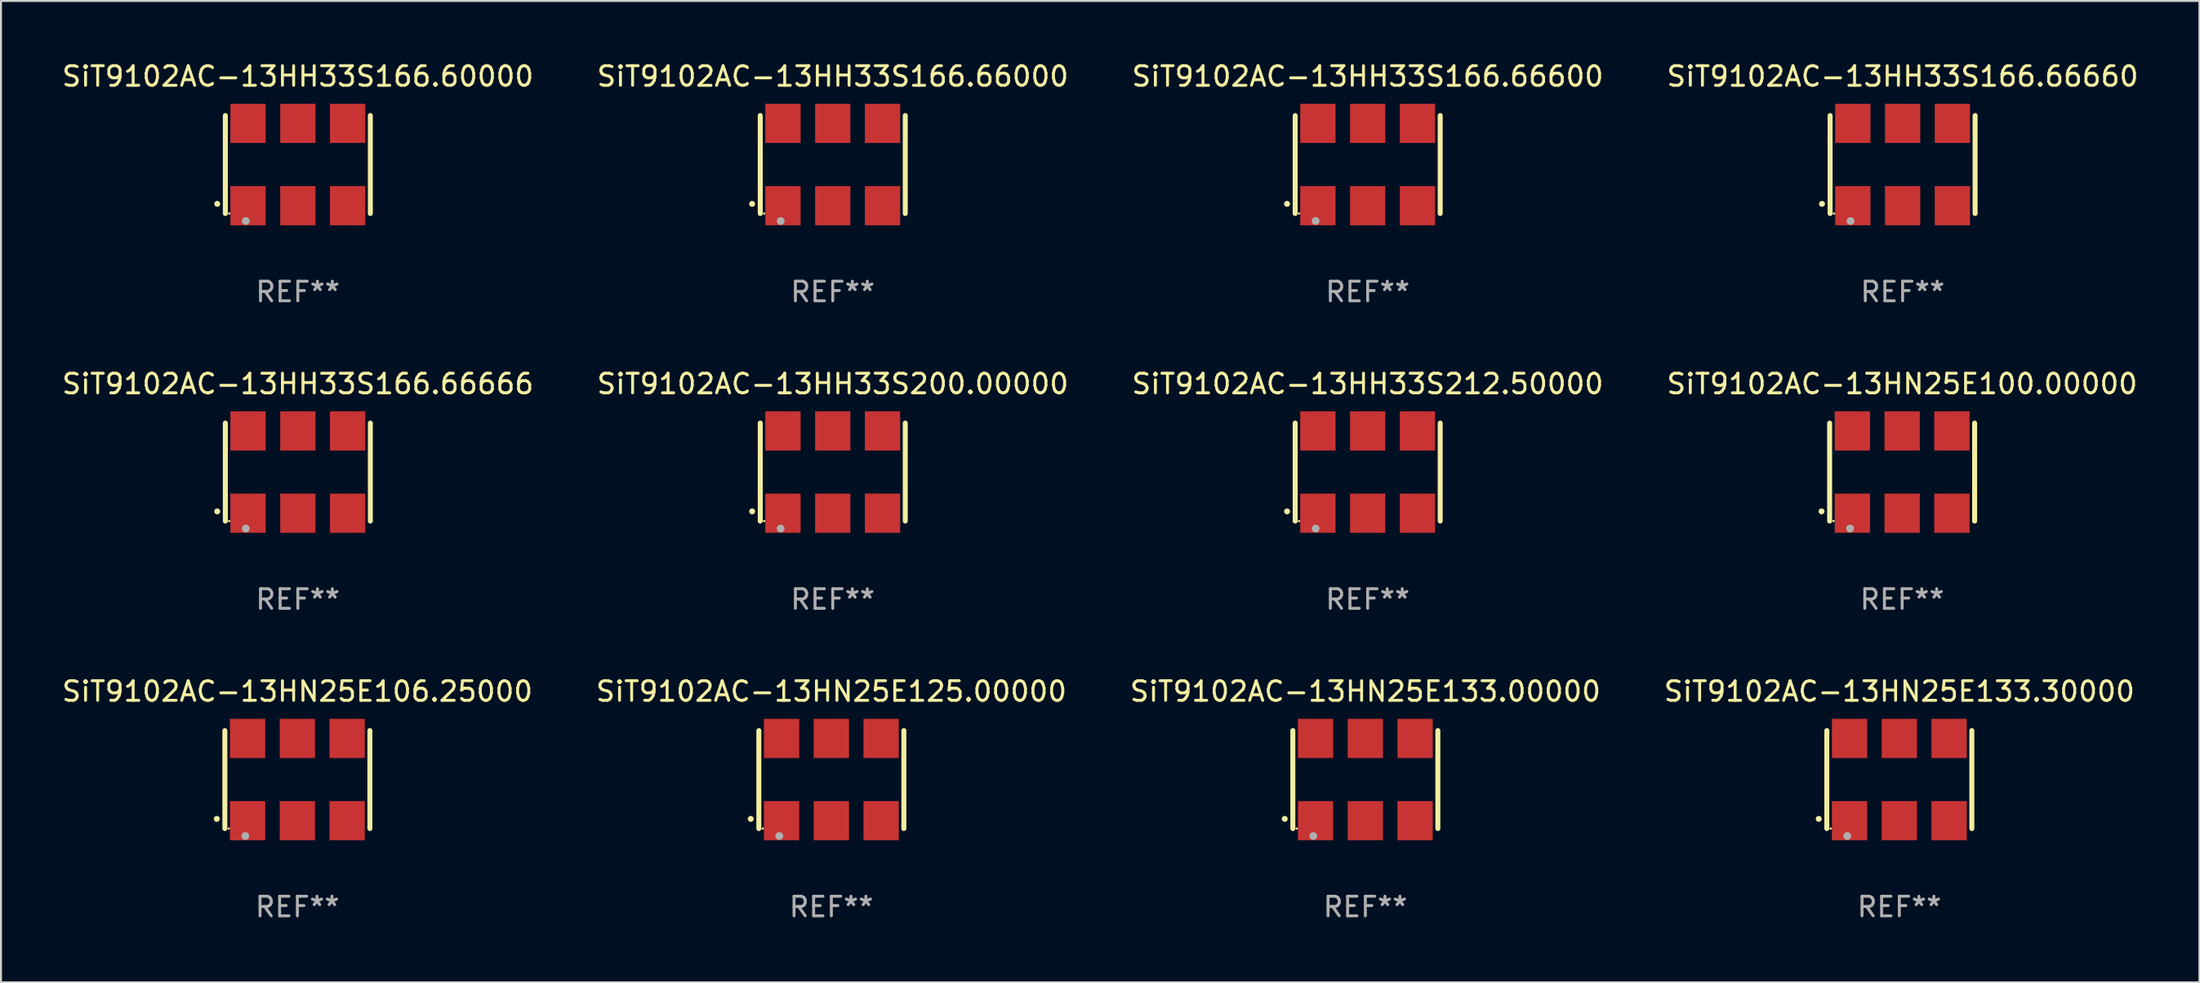
<source format=kicad_pcb>
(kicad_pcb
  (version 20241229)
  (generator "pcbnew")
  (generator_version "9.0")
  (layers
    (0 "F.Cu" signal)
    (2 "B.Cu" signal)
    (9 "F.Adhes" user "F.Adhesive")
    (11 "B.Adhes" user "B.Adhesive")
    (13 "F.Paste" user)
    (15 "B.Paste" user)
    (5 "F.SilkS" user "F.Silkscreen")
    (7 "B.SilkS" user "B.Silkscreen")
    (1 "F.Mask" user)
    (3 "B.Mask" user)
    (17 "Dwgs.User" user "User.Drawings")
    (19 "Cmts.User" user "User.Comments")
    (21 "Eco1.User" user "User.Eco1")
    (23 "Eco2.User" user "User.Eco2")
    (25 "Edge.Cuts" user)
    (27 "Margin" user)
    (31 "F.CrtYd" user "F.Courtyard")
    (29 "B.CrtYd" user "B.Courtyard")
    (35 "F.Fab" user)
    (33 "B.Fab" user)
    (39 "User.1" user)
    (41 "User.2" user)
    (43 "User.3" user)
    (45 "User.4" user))
  (footprint "SiT9102AC-13HH33S166.66660"
    (layer "F.Cu")
    (at 94.042 5.348)
    (property "Reference" "SiT9102AC-13HH33S166.66660" (at 0 -4.5 0) (layer "F.SilkS") (effects (font (size 1 1) (thickness 0.15))))
    (attr through_hole)
    (fp_line (start -3.7 -2.5) (end -3.7 2.5) (stroke (width 0.254) (type solid)) (layer "F.SilkS"))
    (fp_line (start 3.7 -2.5) (end 3.7 2.5) (stroke (width 0.254) (type solid)) (layer "F.SilkS"))
    (fp_arc (start -4.114415 2.006604) (mid -4.113145 2.006599) (end -4.111875 2.006604) (stroke (width 0.3) (type solid)) (layer "F.SilkS"))
    (fp_circle (center -3.502 2.5) (end -3.472 2.5) (stroke (width 0.06) (type solid)) (fill no) (layer "F.SilkS"))
    (fp_circle (center -2.657 2.882) (end -2.557 2.882) (stroke (width 0.2) (type solid)) (fill no) (layer "F.Fab"))
    (fp_text user "REF**" (at 0 6.5 0) (layer "F.Fab") (effects (font (size 1 1) (thickness 0.15))))
    (pad "1" smd rect (at -2.54 2.1) (size 1.8 2) (layers "F.Cu" "F.Mask" "F.Paste"))
    (pad "2" smd rect (at 0.000394 2.1) (size 1.8 2) (layers "F.Cu" "F.Mask" "F.Paste"))
    (pad "3" smd rect (at 2.54 2.1) (size 1.8 2) (layers "F.Cu" "F.Mask" "F.Paste"))
    (pad "4" smd rect (at 2.54 -2.1) (size 1.8 2) (layers "F.Cu" "F.Mask" "F.Paste"))
    (pad "5" smd rect (at 0.000394 -2.1) (size 1.8 2) (layers "F.Cu" "F.Mask" "F.Paste"))
    (pad "6" smd rect (at -2.54 -2.1) (size 1.8 2) (layers "F.Cu" "F.Mask" "F.Paste")))
  (footprint "SiT9102AC-13HN25E133.30000"
    (layer "F.Cu")
    (at 93.875 36.741)
    (property "Reference" "SiT9102AC-13HN25E133.30000" (at 0 -4.5 0) (layer "F.SilkS") (effects (font (size 1 1) (thickness 0.15))))
    (attr through_hole)
    (fp_line (start -3.7 -2.5) (end -3.7 2.5) (stroke (width 0.254) (type solid)) (layer "F.SilkS"))
    (fp_line (start 3.7 -2.5) (end 3.7 2.5) (stroke (width 0.254) (type solid)) (layer "F.SilkS"))
    (fp_arc (start -4.114415 2.006604) (mid -4.113145 2.006599) (end -4.111875 2.006604) (stroke (width 0.3) (type solid)) (layer "F.SilkS"))
    (fp_circle (center -3.502 2.5) (end -3.472 2.5) (stroke (width 0.06) (type solid)) (fill no) (layer "F.SilkS"))
    (fp_circle (center -2.657 2.882) (end -2.557 2.882) (stroke (width 0.2) (type solid)) (fill no) (layer "F.Fab"))
    (fp_text user "REF**" (at 0 6.5 0) (layer "F.Fab") (effects (font (size 1 1) (thickness 0.15))))
    (pad "1" smd rect (at -2.54 2.1) (size 1.8 2) (layers "F.Cu" "F.Mask" "F.Paste"))
    (pad "2" smd rect (at 0.000394 2.1) (size 1.8 2) (layers "F.Cu" "F.Mask" "F.Paste"))
    (pad "3" smd rect (at 2.54 2.1) (size 1.8 2) (layers "F.Cu" "F.Mask" "F.Paste"))
    (pad "4" smd rect (at 2.54 -2.1) (size 1.8 2) (layers "F.Cu" "F.Mask" "F.Paste"))
    (pad "5" smd rect (at 0.000394 -2.1) (size 1.8 2) (layers "F.Cu" "F.Mask" "F.Paste"))
    (pad "6" smd rect (at -2.54 -2.1) (size 1.8 2) (layers "F.Cu" "F.Mask" "F.Paste")))
  (footprint "SiT9102AC-13HH33S200.00000"
    (layer "F.Cu")
    (at 39.446 21.045)
    (property "Reference" "SiT9102AC-13HH33S200.00000" (at 0 -4.5 0) (layer "F.SilkS") (effects (font (size 1 1) (thickness 0.15))))
    (attr through_hole)
    (fp_line (start -3.7 -2.5) (end -3.7 2.5) (stroke (width 0.254) (type solid)) (layer "F.SilkS"))
    (fp_line (start 3.7 -2.5) (end 3.7 2.5) (stroke (width 0.254) (type solid)) (layer "F.SilkS"))
    (fp_arc (start -4.114415 2.006604) (mid -4.113145 2.006599) (end -4.111875 2.006604) (stroke (width 0.3) (type solid)) (layer "F.SilkS"))
    (fp_circle (center -3.502 2.5) (end -3.472 2.5) (stroke (width 0.06) (type solid)) (fill no) (layer "F.SilkS"))
    (fp_circle (center -2.657 2.882) (end -2.557 2.882) (stroke (width 0.2) (type solid)) (fill no) (layer "F.Fab"))
    (fp_text user "REF**" (at 0 6.5 0) (layer "F.Fab") (effects (font (size 1 1) (thickness 0.15))))
    (pad "1" smd rect (at -2.54 2.1) (size 1.8 2) (layers "F.Cu" "F.Mask" "F.Paste"))
    (pad "2" smd rect (at 0.000394 2.1) (size 1.8 2) (layers "F.Cu" "F.Mask" "F.Paste"))
    (pad "3" smd rect (at 2.54 2.1) (size 1.8 2) (layers "F.Cu" "F.Mask" "F.Paste"))
    (pad "4" smd rect (at 2.54 -2.1) (size 1.8 2) (layers "F.Cu" "F.Mask" "F.Paste"))
    (pad "5" smd rect (at 0.000394 -2.1) (size 1.8 2) (layers "F.Cu" "F.Mask" "F.Paste"))
    (pad "6" smd rect (at -2.54 -2.1) (size 1.8 2) (layers "F.Cu" "F.Mask" "F.Paste")))
  (footprint "SiT9102AC-13HH33S166.66600"
    (layer "F.Cu")
    (at 66.744 5.348)
    (property "Reference" "SiT9102AC-13HH33S166.66600" (at 0 -4.5 0) (layer "F.SilkS") (effects (font (size 1 1) (thickness 0.15))))
    (attr through_hole)
    (fp_line (start -3.7 -2.5) (end -3.7 2.5) (stroke (width 0.254) (type solid)) (layer "F.SilkS"))
    (fp_line (start 3.7 -2.5) (end 3.7 2.5) (stroke (width 0.254) (type solid)) (layer "F.SilkS"))
    (fp_arc (start -4.114415 2.006604) (mid -4.113145 2.006599) (end -4.111875 2.006604) (stroke (width 0.3) (type solid)) (layer "F.SilkS"))
    (fp_circle (center -3.502 2.5) (end -3.472 2.5) (stroke (width 0.06) (type solid)) (fill no) (layer "F.SilkS"))
    (fp_circle (center -2.657 2.882) (end -2.557 2.882) (stroke (width 0.2) (type solid)) (fill no) (layer "F.Fab"))
    (fp_text user "REF**" (at 0 6.5 0) (layer "F.Fab") (effects (font (size 1 1) (thickness 0.15))))
    (pad "1" smd rect (at -2.54 2.1) (size 1.8 2) (layers "F.Cu" "F.Mask" "F.Paste"))
    (pad "2" smd rect (at 0.000394 2.1) (size 1.8 2) (layers "F.Cu" "F.Mask" "F.Paste"))
    (pad "3" smd rect (at 2.54 2.1) (size 1.8 2) (layers "F.Cu" "F.Mask" "F.Paste"))
    (pad "4" smd rect (at 2.54 -2.1) (size 1.8 2) (layers "F.Cu" "F.Mask" "F.Paste"))
    (pad "5" smd rect (at 0.000394 -2.1) (size 1.8 2) (layers "F.Cu" "F.Mask" "F.Paste"))
    (pad "6" smd rect (at -2.54 -2.1) (size 1.8 2) (layers "F.Cu" "F.Mask" "F.Paste")))
  (footprint "SiT9102AC-13HH33S166.66666"
    (layer "F.Cu")
    (at 12.149 21.045)
    (property "Reference" "SiT9102AC-13HH33S166.66666" (at 0 -4.5 0) (layer "F.SilkS") (effects (font (size 1 1) (thickness 0.15))))
    (attr through_hole)
    (fp_line (start -3.7 -2.5) (end -3.7 2.5) (stroke (width 0.254) (type solid)) (layer "F.SilkS"))
    (fp_line (start 3.7 -2.5) (end 3.7 2.5) (stroke (width 0.254) (type solid)) (layer "F.SilkS"))
    (fp_arc (start -4.114415 2.006604) (mid -4.113145 2.006599) (end -4.111875 2.006604) (stroke (width 0.3) (type solid)) (layer "F.SilkS"))
    (fp_circle (center -3.502 2.5) (end -3.472 2.5) (stroke (width 0.06) (type solid)) (fill no) (layer "F.SilkS"))
    (fp_circle (center -2.657 2.882) (end -2.557 2.882) (stroke (width 0.2) (type solid)) (fill no) (layer "F.Fab"))
    (fp_text user "REF**" (at 0 6.5 0) (layer "F.Fab") (effects (font (size 1 1) (thickness 0.15))))
    (pad "1" smd rect (at -2.54 2.1) (size 1.8 2) (layers "F.Cu" "F.Mask" "F.Paste"))
    (pad "2" smd rect (at 0.000394 2.1) (size 1.8 2) (layers "F.Cu" "F.Mask" "F.Paste"))
    (pad "3" smd rect (at 2.54 2.1) (size 1.8 2) (layers "F.Cu" "F.Mask" "F.Paste"))
    (pad "4" smd rect (at 2.54 -2.1) (size 1.8 2) (layers "F.Cu" "F.Mask" "F.Paste"))
    (pad "5" smd rect (at 0.000394 -2.1) (size 1.8 2) (layers "F.Cu" "F.Mask" "F.Paste"))
    (pad "6" smd rect (at -2.54 -2.1) (size 1.8 2) (layers "F.Cu" "F.Mask" "F.Paste")))
  (footprint "SiT9102AC-13HH33S212.50000"
    (layer "F.Cu")
    (at 66.744 21.045)
    (property "Reference" "SiT9102AC-13HH33S212.50000" (at 0 -4.5 0) (layer "F.SilkS") (effects (font (size 1 1) (thickness 0.15))))
    (attr through_hole)
    (fp_line (start -3.7 -2.5) (end -3.7 2.5) (stroke (width 0.254) (type solid)) (layer "F.SilkS"))
    (fp_line (start 3.7 -2.5) (end 3.7 2.5) (stroke (width 0.254) (type solid)) (layer "F.SilkS"))
    (fp_arc (start -4.114415 2.006604) (mid -4.113145 2.006599) (end -4.111875 2.006604) (stroke (width 0.3) (type solid)) (layer "F.SilkS"))
    (fp_circle (center -3.502 2.5) (end -3.472 2.5) (stroke (width 0.06) (type solid)) (fill no) (layer "F.SilkS"))
    (fp_circle (center -2.657 2.882) (end -2.557 2.882) (stroke (width 0.2) (type solid)) (fill no) (layer "F.Fab"))
    (fp_text user "REF**" (at 0 6.5 0) (layer "F.Fab") (effects (font (size 1 1) (thickness 0.15))))
    (pad "1" smd rect (at -2.54 2.1) (size 1.8 2) (layers "F.Cu" "F.Mask" "F.Paste"))
    (pad "2" smd rect (at 0.000394 2.1) (size 1.8 2) (layers "F.Cu" "F.Mask" "F.Paste"))
    (pad "3" smd rect (at 2.54 2.1) (size 1.8 2) (layers "F.Cu" "F.Mask" "F.Paste"))
    (pad "4" smd rect (at 2.54 -2.1) (size 1.8 2) (layers "F.Cu" "F.Mask" "F.Paste"))
    (pad "5" smd rect (at 0.000394 -2.1) (size 1.8 2) (layers "F.Cu" "F.Mask" "F.Paste"))
    (pad "6" smd rect (at -2.54 -2.1) (size 1.8 2) (layers "F.Cu" "F.Mask" "F.Paste")))
  (footprint "SiT9102AC-13HN25E133.00000"
    (layer "F.Cu")
    (at 66.625 36.741)
    (property "Reference" "SiT9102AC-13HN25E133.00000" (at 0 -4.5 0) (layer "F.SilkS") (effects (font (size 1 1) (thickness 0.15))))
    (attr through_hole)
    (fp_line (start -3.7 -2.5) (end -3.7 2.5) (stroke (width 0.254) (type solid)) (layer "F.SilkS"))
    (fp_line (start 3.7 -2.5) (end 3.7 2.5) (stroke (width 0.254) (type solid)) (layer "F.SilkS"))
    (fp_arc (start -4.114415 2.006604) (mid -4.113145 2.006599) (end -4.111875 2.006604) (stroke (width 0.3) (type solid)) (layer "F.SilkS"))
    (fp_circle (center -3.502 2.5) (end -3.472 2.5) (stroke (width 0.06) (type solid)) (fill no) (layer "F.SilkS"))
    (fp_circle (center -2.657 2.882) (end -2.557 2.882) (stroke (width 0.2) (type solid)) (fill no) (layer "F.Fab"))
    (fp_text user "REF**" (at 0 6.5 0) (layer "F.Fab") (effects (font (size 1 1) (thickness 0.15))))
    (pad "1" smd rect (at -2.54 2.1) (size 1.8 2) (layers "F.Cu" "F.Mask" "F.Paste"))
    (pad "2" smd rect (at 0.000394 2.1) (size 1.8 2) (layers "F.Cu" "F.Mask" "F.Paste"))
    (pad "3" smd rect (at 2.54 2.1) (size 1.8 2) (layers "F.Cu" "F.Mask" "F.Paste"))
    (pad "4" smd rect (at 2.54 -2.1) (size 1.8 2) (layers "F.Cu" "F.Mask" "F.Paste"))
    (pad "5" smd rect (at 0.000394 -2.1) (size 1.8 2) (layers "F.Cu" "F.Mask" "F.Paste"))
    (pad "6" smd rect (at -2.54 -2.1) (size 1.8 2) (layers "F.Cu" "F.Mask" "F.Paste")))
  (footprint "SiT9102AC-13HN25E100.00000"
    (layer "F.Cu")
    (at 94.018 21.045)
    (property "Reference" "SiT9102AC-13HN25E100.00000" (at 0 -4.5 0) (layer "F.SilkS") (effects (font (size 1 1) (thickness 0.15))))
    (attr through_hole)
    (fp_line (start -3.7 -2.5) (end -3.7 2.5) (stroke (width 0.254) (type solid)) (layer "F.SilkS"))
    (fp_line (start 3.7 -2.5) (end 3.7 2.5) (stroke (width 0.254) (type solid)) (layer "F.SilkS"))
    (fp_arc (start -4.114415 2.006604) (mid -4.113145 2.006599) (end -4.111875 2.006604) (stroke (width 0.3) (type solid)) (layer "F.SilkS"))
    (fp_circle (center -3.502 2.5) (end -3.472 2.5) (stroke (width 0.06) (type solid)) (fill no) (layer "F.SilkS"))
    (fp_circle (center -2.657 2.882) (end -2.557 2.882) (stroke (width 0.2) (type solid)) (fill no) (layer "F.Fab"))
    (fp_text user "REF**" (at 0 6.5 0) (layer "F.Fab") (effects (font (size 1 1) (thickness 0.15))))
    (pad "1" smd rect (at -2.54 2.1) (size 1.8 2) (layers "F.Cu" "F.Mask" "F.Paste"))
    (pad "2" smd rect (at 0.000394 2.1) (size 1.8 2) (layers "F.Cu" "F.Mask" "F.Paste"))
    (pad "3" smd rect (at 2.54 2.1) (size 1.8 2) (layers "F.Cu" "F.Mask" "F.Paste"))
    (pad "4" smd rect (at 2.54 -2.1) (size 1.8 2) (layers "F.Cu" "F.Mask" "F.Paste"))
    (pad "5" smd rect (at 0.000394 -2.1) (size 1.8 2) (layers "F.Cu" "F.Mask" "F.Paste"))
    (pad "6" smd rect (at -2.54 -2.1) (size 1.8 2) (layers "F.Cu" "F.Mask" "F.Paste")))
  (footprint "SiT9102AC-13HH33S166.66000"
    (layer "F.Cu")
    (at 39.446 5.348)
    (property "Reference" "SiT9102AC-13HH33S166.66000" (at 0 -4.5 0) (layer "F.SilkS") (effects (font (size 1 1) (thickness 0.15))))
    (attr through_hole)
    (fp_line (start -3.7 -2.5) (end -3.7 2.5) (stroke (width 0.254) (type solid)) (layer "F.SilkS"))
    (fp_line (start 3.7 -2.5) (end 3.7 2.5) (stroke (width 0.254) (type solid)) (layer "F.SilkS"))
    (fp_arc (start -4.114415 2.006604) (mid -4.113145 2.006599) (end -4.111875 2.006604) (stroke (width 0.3) (type solid)) (layer "F.SilkS"))
    (fp_circle (center -3.502 2.5) (end -3.472 2.5) (stroke (width 0.06) (type solid)) (fill no) (layer "F.SilkS"))
    (fp_circle (center -2.657 2.882) (end -2.557 2.882) (stroke (width 0.2) (type solid)) (fill no) (layer "F.Fab"))
    (fp_text user "REF**" (at 0 6.5 0) (layer "F.Fab") (effects (font (size 1 1) (thickness 0.15))))
    (pad "1" smd rect (at -2.54 2.1) (size 1.8 2) (layers "F.Cu" "F.Mask" "F.Paste"))
    (pad "2" smd rect (at 0.000394 2.1) (size 1.8 2) (layers "F.Cu" "F.Mask" "F.Paste"))
    (pad "3" smd rect (at 2.54 2.1) (size 1.8 2) (layers "F.Cu" "F.Mask" "F.Paste"))
    (pad "4" smd rect (at 2.54 -2.1) (size 1.8 2) (layers "F.Cu" "F.Mask" "F.Paste"))
    (pad "5" smd rect (at 0.000394 -2.1) (size 1.8 2) (layers "F.Cu" "F.Mask" "F.Paste"))
    (pad "6" smd rect (at -2.54 -2.1) (size 1.8 2) (layers "F.Cu" "F.Mask" "F.Paste")))
  (footprint "SiT9102AC-13HH33S166.60000"
    (layer "F.Cu")
    (at 12.149 5.348)
    (property "Reference" "SiT9102AC-13HH33S166.60000" (at 0 -4.5 0) (layer "F.SilkS") (effects (font (size 1 1) (thickness 0.15))))
    (attr through_hole)
    (fp_line (start -3.7 -2.5) (end -3.7 2.5) (stroke (width 0.254) (type solid)) (layer "F.SilkS"))
    (fp_line (start 3.7 -2.5) (end 3.7 2.5) (stroke (width 0.254) (type solid)) (layer "F.SilkS"))
    (fp_arc (start -4.114415 2.006604) (mid -4.113145 2.006599) (end -4.111875 2.006604) (stroke (width 0.3) (type solid)) (layer "F.SilkS"))
    (fp_circle (center -3.502 2.5) (end -3.472 2.5) (stroke (width 0.06) (type solid)) (fill no) (layer "F.SilkS"))
    (fp_circle (center -2.657 2.882) (end -2.557 2.882) (stroke (width 0.2) (type solid)) (fill no) (layer "F.Fab"))
    (fp_text user "REF**" (at 0 6.5 0) (layer "F.Fab") (effects (font (size 1 1) (thickness 0.15))))
    (pad "1" smd rect (at -2.54 2.1) (size 1.8 2) (layers "F.Cu" "F.Mask" "F.Paste"))
    (pad "2" smd rect (at 0.000394 2.1) (size 1.8 2) (layers "F.Cu" "F.Mask" "F.Paste"))
    (pad "3" smd rect (at 2.54 2.1) (size 1.8 2) (layers "F.Cu" "F.Mask" "F.Paste"))
    (pad "4" smd rect (at 2.54 -2.1) (size 1.8 2) (layers "F.Cu" "F.Mask" "F.Paste"))
    (pad "5" smd rect (at 0.000394 -2.1) (size 1.8 2) (layers "F.Cu" "F.Mask" "F.Paste"))
    (pad "6" smd rect (at -2.54 -2.1) (size 1.8 2) (layers "F.Cu" "F.Mask" "F.Paste")))
  (footprint "SiT9102AC-13HN25E106.25000"
    (layer "F.Cu")
    (at 12.125 36.741)
    (property "Reference" "SiT9102AC-13HN25E106.25000" (at 0 -4.5 0) (layer "F.SilkS") (effects (font (size 1 1) (thickness 0.15))))
    (attr through_hole)
    (fp_line (start -3.7 -2.5) (end -3.7 2.5) (stroke (width 0.254) (type solid)) (layer "F.SilkS"))
    (fp_line (start 3.7 -2.5) (end 3.7 2.5) (stroke (width 0.254) (type solid)) (layer "F.SilkS"))
    (fp_arc (start -4.114415 2.006604) (mid -4.113145 2.006599) (end -4.111875 2.006604) (stroke (width 0.3) (type solid)) (layer "F.SilkS"))
    (fp_circle (center -3.502 2.5) (end -3.472 2.5) (stroke (width 0.06) (type solid)) (fill no) (layer "F.SilkS"))
    (fp_circle (center -2.657 2.882) (end -2.557 2.882) (stroke (width 0.2) (type solid)) (fill no) (layer "F.Fab"))
    (fp_text user "REF**" (at 0 6.5 0) (layer "F.Fab") (effects (font (size 1 1) (thickness 0.15))))
    (pad "1" smd rect (at -2.54 2.1) (size 1.8 2) (layers "F.Cu" "F.Mask" "F.Paste"))
    (pad "2" smd rect (at 0.000394 2.1) (size 1.8 2) (layers "F.Cu" "F.Mask" "F.Paste"))
    (pad "3" smd rect (at 2.54 2.1) (size 1.8 2) (layers "F.Cu" "F.Mask" "F.Paste"))
    (pad "4" smd rect (at 2.54 -2.1) (size 1.8 2) (layers "F.Cu" "F.Mask" "F.Paste"))
    (pad "5" smd rect (at 0.000394 -2.1) (size 1.8 2) (layers "F.Cu" "F.Mask" "F.Paste"))
    (pad "6" smd rect (at -2.54 -2.1) (size 1.8 2) (layers "F.Cu" "F.Mask" "F.Paste")))
  (footprint "SiT9102AC-13HN25E125.00000"
    (layer "F.Cu")
    (at 39.375 36.741)
    (property "Reference" "SiT9102AC-13HN25E125.00000" (at 0 -4.5 0) (layer "F.SilkS") (effects (font (size 1 1) (thickness 0.15))))
    (attr through_hole)
    (fp_line (start -3.7 -2.5) (end -3.7 2.5) (stroke (width 0.254) (type solid)) (layer "F.SilkS"))
    (fp_line (start 3.7 -2.5) (end 3.7 2.5) (stroke (width 0.254) (type solid)) (layer "F.SilkS"))
    (fp_arc (start -4.114415 2.006604) (mid -4.113145 2.006599) (end -4.111875 2.006604) (stroke (width 0.3) (type solid)) (layer "F.SilkS"))
    (fp_circle (center -3.502 2.5) (end -3.472 2.5) (stroke (width 0.06) (type solid)) (fill no) (layer "F.SilkS"))
    (fp_circle (center -2.657 2.882) (end -2.557 2.882) (stroke (width 0.2) (type solid)) (fill no) (layer "F.Fab"))
    (fp_text user "REF**" (at 0 6.5 0) (layer "F.Fab") (effects (font (size 1 1) (thickness 0.15))))
    (pad "1" smd rect (at -2.54 2.1) (size 1.8 2) (layers "F.Cu" "F.Mask" "F.Paste"))
    (pad "2" smd rect (at 0.000394 2.1) (size 1.8 2) (layers "F.Cu" "F.Mask" "F.Paste"))
    (pad "3" smd rect (at 2.54 2.1) (size 1.8 2) (layers "F.Cu" "F.Mask" "F.Paste"))
    (pad "4" smd rect (at 2.54 -2.1) (size 1.8 2) (layers "F.Cu" "F.Mask" "F.Paste"))
    (pad "5" smd rect (at 0.000394 -2.1) (size 1.8 2) (layers "F.Cu" "F.Mask" "F.Paste"))
    (pad "6" smd rect (at -2.54 -2.1) (size 1.8 2) (layers "F.Cu" "F.Mask" "F.Paste")))
  (gr_rect
    (start -3 -3)
    (end 109.19 47.09)
    (stroke (width 0.1) (type default))
    (fill no)
    (layer "Edge.Cuts")))
</source>
